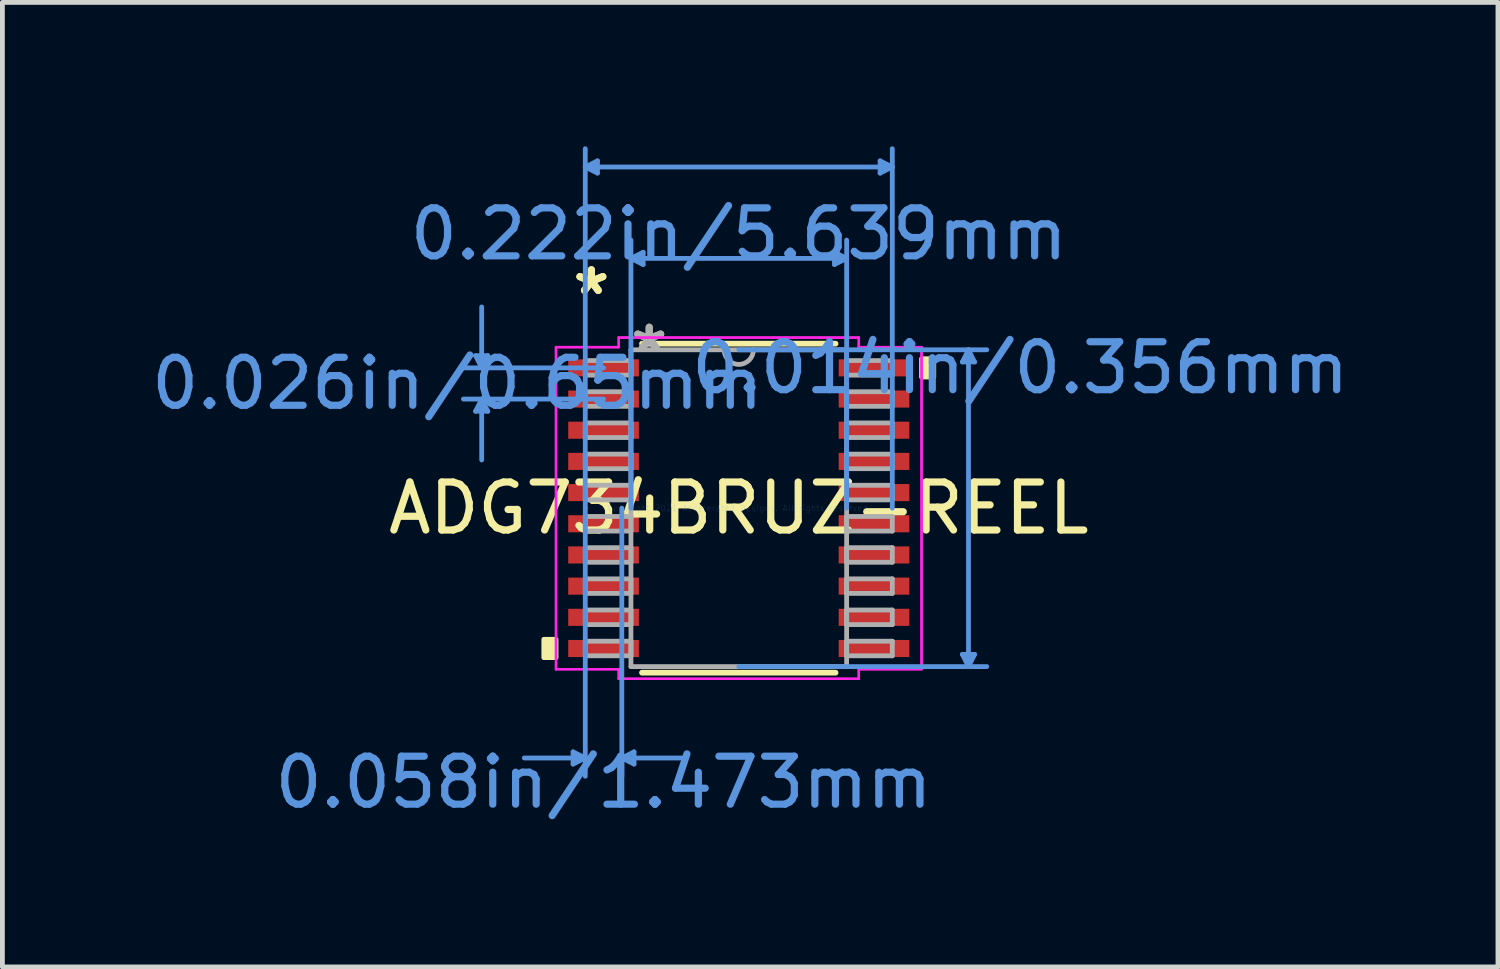
<source format=kicad_pcb>
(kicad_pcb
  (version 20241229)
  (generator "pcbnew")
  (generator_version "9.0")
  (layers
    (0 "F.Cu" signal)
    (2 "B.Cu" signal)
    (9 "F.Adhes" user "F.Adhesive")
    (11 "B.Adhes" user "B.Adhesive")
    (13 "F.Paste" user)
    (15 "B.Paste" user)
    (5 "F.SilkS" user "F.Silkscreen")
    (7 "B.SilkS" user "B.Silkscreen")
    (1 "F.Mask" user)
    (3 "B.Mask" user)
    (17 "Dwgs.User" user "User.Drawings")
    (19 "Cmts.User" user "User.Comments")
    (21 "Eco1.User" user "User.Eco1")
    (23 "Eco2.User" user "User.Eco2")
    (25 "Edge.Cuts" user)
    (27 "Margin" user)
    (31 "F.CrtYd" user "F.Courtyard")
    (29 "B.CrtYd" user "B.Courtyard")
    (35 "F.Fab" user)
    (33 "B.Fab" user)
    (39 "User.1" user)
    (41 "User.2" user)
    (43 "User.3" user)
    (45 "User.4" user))
  (footprint "ADG734BRUZ-REEL"
    (layer "F.Cu")
    (at 12.35 7.543)
    (property "Reference" "ADG734BRUZ-REEL" (at 0 0 0) (layer "F.SilkS") (effects (font (size 1 1) (thickness 0.15))))
    (attr through_hole)
    (fp_line (start -2.017 3.429) (end 2.017 3.429) (stroke (width 0.12) (type solid)) (layer "F.SilkS"))
    (fp_line (start 2.017 -3.429) (end -2.017 -3.429) (stroke (width 0.12) (type solid)) (layer "F.SilkS"))
    (fp_poly (pts (xy -4.064 2.734) (xy -4.064 3.115) (xy -3.81 3.115) (xy -3.81 2.734)) (stroke (width 0.1) (type solid)) (fill yes) (layer "F.SilkS"))
    (fp_poly (pts (xy 4.064 -3.115) (xy 4.064 -2.734) (xy 3.81 -2.734) (xy 3.81 -3.115)) (stroke (width 0.1) (type solid)) (fill yes) (layer "F.SilkS"))
    (fp_line (start -5.486 -3.179) (end -5.232 -3.179) (stroke (width 0.1) (type solid)) (layer "Cmts.User"))
    (fp_line (start -5.486 -2.021) (end -5.232 -2.021) (stroke (width 0.1) (type solid)) (layer "Cmts.User"))
    (fp_line (start -5.359 -2.925) (end -5.486 -3.179) (stroke (width 0.1) (type solid)) (layer "Cmts.User"))
    (fp_line (start -5.359 -2.925) (end -5.359 -4.195) (stroke (width 0.1) (type solid)) (layer "Cmts.User"))
    (fp_line (start -5.359 -2.925) (end -5.232 -3.179) (stroke (width 0.1) (type solid)) (layer "Cmts.User"))
    (fp_line (start -5.359 -2.275) (end -5.486 -2.021) (stroke (width 0.1) (type solid)) (layer "Cmts.User"))
    (fp_line (start -5.359 -2.275) (end -5.359 -1.005) (stroke (width 0.1) (type solid)) (layer "Cmts.User"))
    (fp_line (start -5.359 -2.275) (end -5.232 -2.021) (stroke (width 0.1) (type solid)) (layer "Cmts.User"))
    (fp_line (start -3.454 5.08) (end -3.454 5.334) (stroke (width 0.1) (type solid)) (layer "Cmts.User"))
    (fp_line (start -3.2 -7.112) (end -2.946 -7.239) (stroke (width 0.1) (type solid)) (layer "Cmts.User"))
    (fp_line (start -3.2 -7.112) (end -2.946 -6.985) (stroke (width 0.1) (type solid)) (layer "Cmts.User"))
    (fp_line (start -3.2 -7.112) (end 3.2 -7.112) (stroke (width 0.1) (type solid)) (layer "Cmts.User"))
    (fp_line (start -3.2 0) (end -3.2 -7.493) (stroke (width 0.1) (type solid)) (layer "Cmts.User"))
    (fp_line (start -3.2 0) (end -3.2 5.588) (stroke (width 0.1) (type solid)) (layer "Cmts.User"))
    (fp_line (start -3.2 5.207) (end -4.47 5.207) (stroke (width 0.1) (type solid)) (layer "Cmts.User"))
    (fp_line (start -3.2 5.207) (end -3.454 5.08) (stroke (width 0.1) (type solid)) (layer "Cmts.User"))
    (fp_line (start -3.2 5.207) (end -3.454 5.334) (stroke (width 0.1) (type solid)) (layer "Cmts.User"))
    (fp_line (start -2.946 -7.239) (end -2.946 -6.985) (stroke (width 0.1) (type solid)) (layer "Cmts.User"))
    (fp_line (start -2.819 -2.925) (end -5.74 -2.925) (stroke (width 0.1) (type solid)) (layer "Cmts.User"))
    (fp_line (start -2.819 -2.275) (end -5.74 -2.275) (stroke (width 0.1) (type solid)) (layer "Cmts.User"))
    (fp_line (start -2.438 0) (end -2.438 5.588) (stroke (width 0.1) (type solid)) (layer "Cmts.User"))
    (fp_line (start -2.438 5.207) (end -2.184 5.08) (stroke (width 0.1) (type solid)) (layer "Cmts.User"))
    (fp_line (start -2.438 5.207) (end -2.184 5.334) (stroke (width 0.1) (type solid)) (layer "Cmts.User"))
    (fp_line (start -2.438 5.207) (end -1.168 5.207) (stroke (width 0.1) (type solid)) (layer "Cmts.User"))
    (fp_line (start -2.248 -5.207) (end -1.994 -5.334) (stroke (width 0.1) (type solid)) (layer "Cmts.User"))
    (fp_line (start -2.248 -5.207) (end -1.994 -5.08) (stroke (width 0.1) (type solid)) (layer "Cmts.User"))
    (fp_line (start -2.248 -5.207) (end 2.248 -5.207) (stroke (width 0.1) (type solid)) (layer "Cmts.User"))
    (fp_line (start -2.248 0) (end -2.248 -5.588) (stroke (width 0.1) (type solid)) (layer "Cmts.User"))
    (fp_line (start -2.184 5.08) (end -2.184 5.334) (stroke (width 0.1) (type solid)) (layer "Cmts.User"))
    (fp_line (start -1.994 -5.334) (end -1.994 -5.08) (stroke (width 0.1) (type solid)) (layer "Cmts.User"))
    (fp_line (start 0 -3.302) (end 5.169 -3.302) (stroke (width 0.1) (type solid)) (layer "Cmts.User"))
    (fp_line (start 0 3.302) (end 5.169 3.302) (stroke (width 0.1) (type solid)) (layer "Cmts.User"))
    (fp_line (start 1.994 -5.334) (end 1.994 -5.08) (stroke (width 0.1) (type solid)) (layer "Cmts.User"))
    (fp_line (start 2.248 -5.207) (end 1.994 -5.334) (stroke (width 0.1) (type solid)) (layer "Cmts.User"))
    (fp_line (start 2.248 -5.207) (end 1.994 -5.08) (stroke (width 0.1) (type solid)) (layer "Cmts.User"))
    (fp_line (start 2.248 0) (end 2.248 -5.588) (stroke (width 0.1) (type solid)) (layer "Cmts.User"))
    (fp_line (start 2.946 -7.239) (end 2.946 -6.985) (stroke (width 0.1) (type solid)) (layer "Cmts.User"))
    (fp_line (start 3.2 -7.112) (end 2.946 -7.239) (stroke (width 0.1) (type solid)) (layer "Cmts.User"))
    (fp_line (start 3.2 -7.112) (end 2.946 -6.985) (stroke (width 0.1) (type solid)) (layer "Cmts.User"))
    (fp_line (start 3.2 0) (end 3.2 -7.493) (stroke (width 0.1) (type solid)) (layer "Cmts.User"))
    (fp_line (start 4.661 -3.048) (end 4.915 -3.048) (stroke (width 0.1) (type solid)) (layer "Cmts.User"))
    (fp_line (start 4.661 3.048) (end 4.915 3.048) (stroke (width 0.1) (type solid)) (layer "Cmts.User"))
    (fp_line (start 4.788 -3.302) (end 4.661 -3.048) (stroke (width 0.1) (type solid)) (layer "Cmts.User"))
    (fp_line (start 4.788 -3.302) (end 4.788 3.302) (stroke (width 0.1) (type solid)) (layer "Cmts.User"))
    (fp_line (start 4.788 -3.302) (end 4.915 -3.048) (stroke (width 0.1) (type solid)) (layer "Cmts.User"))
    (fp_line (start 4.788 3.302) (end 4.661 3.048) (stroke (width 0.1) (type solid)) (layer "Cmts.User"))
    (fp_line (start 4.788 3.302) (end 4.915 3.048) (stroke (width 0.1) (type solid)) (layer "Cmts.User"))
    (fp_line (start -3.81 -3.357) (end -2.502 -3.357) (stroke (width 0.05) (type solid)) (layer "F.CrtYd"))
    (fp_line (start -3.81 -3.357) (end -2.502 -3.357) (stroke (width 0.05) (type solid)) (layer "F.CrtYd"))
    (fp_line (start -3.81 3.357) (end -3.81 -3.357) (stroke (width 0.05) (type solid)) (layer "F.CrtYd"))
    (fp_line (start -3.81 3.357) (end -3.81 -3.357) (stroke (width 0.05) (type solid)) (layer "F.CrtYd"))
    (fp_line (start -3.81 3.357) (end -2.502 3.357) (stroke (width 0.05) (type solid)) (layer "F.CrtYd"))
    (fp_line (start -2.502 -3.556) (end 2.502 -3.556) (stroke (width 0.05) (type solid)) (layer "F.CrtYd"))
    (fp_line (start -2.502 -3.556) (end 2.502 -3.556) (stroke (width 0.05) (type solid)) (layer "F.CrtYd"))
    (fp_line (start -2.502 -3.357) (end -2.502 -3.556) (stroke (width 0.05) (type solid)) (layer "F.CrtYd"))
    (fp_line (start -2.502 -3.357) (end -2.502 -3.556) (stroke (width 0.05) (type solid)) (layer "F.CrtYd"))
    (fp_line (start -2.502 3.357) (end -3.81 3.357) (stroke (width 0.05) (type solid)) (layer "F.CrtYd"))
    (fp_line (start -2.502 3.556) (end -2.502 3.357) (stroke (width 0.05) (type solid)) (layer "F.CrtYd"))
    (fp_line (start -2.502 3.556) (end -2.502 3.357) (stroke (width 0.05) (type solid)) (layer "F.CrtYd"))
    (fp_line (start 2.502 -3.556) (end 2.502 -3.357) (stroke (width 0.05) (type solid)) (layer "F.CrtYd"))
    (fp_line (start 2.502 -3.556) (end 2.502 -3.357) (stroke (width 0.05) (type solid)) (layer "F.CrtYd"))
    (fp_line (start 2.502 -3.357) (end 3.81 -3.357) (stroke (width 0.05) (type solid)) (layer "F.CrtYd"))
    (fp_line (start 2.502 3.357) (end 2.502 3.556) (stroke (width 0.05) (type solid)) (layer "F.CrtYd"))
    (fp_line (start 2.502 3.357) (end 2.502 3.556) (stroke (width 0.05) (type solid)) (layer "F.CrtYd"))
    (fp_line (start 2.502 3.556) (end -2.502 3.556) (stroke (width 0.05) (type solid)) (layer "F.CrtYd"))
    (fp_line (start 2.502 3.556) (end -2.502 3.556) (stroke (width 0.05) (type solid)) (layer "F.CrtYd"))
    (fp_line (start 3.81 -3.357) (end 2.502 -3.357) (stroke (width 0.05) (type solid)) (layer "F.CrtYd"))
    (fp_line (start 3.81 -3.357) (end 3.81 3.357) (stroke (width 0.05) (type solid)) (layer "F.CrtYd"))
    (fp_line (start 3.81 -3.357) (end 3.81 3.357) (stroke (width 0.05) (type solid)) (layer "F.CrtYd"))
    (fp_line (start 3.81 3.357) (end 2.502 3.357) (stroke (width 0.05) (type solid)) (layer "F.CrtYd"))
    (fp_line (start 3.81 3.357) (end 2.502 3.357) (stroke (width 0.05) (type solid)) (layer "F.CrtYd"))
    (fp_line (start -3.2 -3.077) (end -3.2 -2.773) (stroke (width 0.1) (type solid)) (layer "F.Fab"))
    (fp_line (start -3.2 -2.773) (end -2.248 -2.773) (stroke (width 0.1) (type solid)) (layer "F.Fab"))
    (fp_line (start -3.2 -2.427) (end -3.2 -2.123) (stroke (width 0.1) (type solid)) (layer "F.Fab"))
    (fp_line (start -3.2 -2.123) (end -2.248 -2.123) (stroke (width 0.1) (type solid)) (layer "F.Fab"))
    (fp_line (start -3.2 -1.777) (end -3.2 -1.473) (stroke (width 0.1) (type solid)) (layer "F.Fab"))
    (fp_line (start -3.2 -1.473) (end -2.248 -1.473) (stroke (width 0.1) (type solid)) (layer "F.Fab"))
    (fp_line (start -3.2 -1.127) (end -3.2 -0.823) (stroke (width 0.1) (type solid)) (layer "F.Fab"))
    (fp_line (start -3.2 -0.823) (end -2.248 -0.823) (stroke (width 0.1) (type solid)) (layer "F.Fab"))
    (fp_line (start -3.2 -0.477) (end -3.2 -0.173) (stroke (width 0.1) (type solid)) (layer "F.Fab"))
    (fp_line (start -3.2 -0.173) (end -2.248 -0.173) (stroke (width 0.1) (type solid)) (layer "F.Fab"))
    (fp_line (start -3.2 0.173) (end -3.2 0.477) (stroke (width 0.1) (type solid)) (layer "F.Fab"))
    (fp_line (start -3.2 0.477) (end -2.248 0.477) (stroke (width 0.1) (type solid)) (layer "F.Fab"))
    (fp_line (start -3.2 0.823) (end -3.2 1.127) (stroke (width 0.1) (type solid)) (layer "F.Fab"))
    (fp_line (start -3.2 1.127) (end -2.248 1.127) (stroke (width 0.1) (type solid)) (layer "F.Fab"))
    (fp_line (start -3.2 1.473) (end -3.2 1.777) (stroke (width 0.1) (type solid)) (layer "F.Fab"))
    (fp_line (start -3.2 1.777) (end -2.248 1.777) (stroke (width 0.1) (type solid)) (layer "F.Fab"))
    (fp_line (start -3.2 2.123) (end -3.2 2.427) (stroke (width 0.1) (type solid)) (layer "F.Fab"))
    (fp_line (start -3.2 2.427) (end -2.248 2.427) (stroke (width 0.1) (type solid)) (layer "F.Fab"))
    (fp_line (start -3.2 2.773) (end -3.2 3.077) (stroke (width 0.1) (type solid)) (layer "F.Fab"))
    (fp_line (start -3.2 3.077) (end -2.248 3.077) (stroke (width 0.1) (type solid)) (layer "F.Fab"))
    (fp_line (start -2.248 -3.302) (end -2.248 3.302) (stroke (width 0.1) (type solid)) (layer "F.Fab"))
    (fp_line (start -2.248 -3.077) (end -3.2 -3.077) (stroke (width 0.1) (type solid)) (layer "F.Fab"))
    (fp_line (start -2.248 -2.773) (end -2.248 -3.077) (stroke (width 0.1) (type solid)) (layer "F.Fab"))
    (fp_line (start -2.248 -2.427) (end -3.2 -2.427) (stroke (width 0.1) (type solid)) (layer "F.Fab"))
    (fp_line (start -2.248 -2.123) (end -2.248 -2.427) (stroke (width 0.1) (type solid)) (layer "F.Fab"))
    (fp_line (start -2.248 -1.777) (end -3.2 -1.777) (stroke (width 0.1) (type solid)) (layer "F.Fab"))
    (fp_line (start -2.248 -1.473) (end -2.248 -1.777) (stroke (width 0.1) (type solid)) (layer "F.Fab"))
    (fp_line (start -2.248 -1.127) (end -3.2 -1.127) (stroke (width 0.1) (type solid)) (layer "F.Fab"))
    (fp_line (start -2.248 -0.823) (end -2.248 -1.127) (stroke (width 0.1) (type solid)) (layer "F.Fab"))
    (fp_line (start -2.248 -0.477) (end -3.2 -0.477) (stroke (width 0.1) (type solid)) (layer "F.Fab"))
    (fp_line (start -2.248 -0.173) (end -2.248 -0.477) (stroke (width 0.1) (type solid)) (layer "F.Fab"))
    (fp_line (start -2.248 0.173) (end -3.2 0.173) (stroke (width 0.1) (type solid)) (layer "F.Fab"))
    (fp_line (start -2.248 0.477) (end -2.248 0.173) (stroke (width 0.1) (type solid)) (layer "F.Fab"))
    (fp_line (start -2.248 0.823) (end -3.2 0.823) (stroke (width 0.1) (type solid)) (layer "F.Fab"))
    (fp_line (start -2.248 1.127) (end -2.248 0.823) (stroke (width 0.1) (type solid)) (layer "F.Fab"))
    (fp_line (start -2.248 1.473) (end -3.2 1.473) (stroke (width 0.1) (type solid)) (layer "F.Fab"))
    (fp_line (start -2.248 1.777) (end -2.248 1.473) (stroke (width 0.1) (type solid)) (layer "F.Fab"))
    (fp_line (start -2.248 2.123) (end -3.2 2.123) (stroke (width 0.1) (type solid)) (layer "F.Fab"))
    (fp_line (start -2.248 2.427) (end -2.248 2.123) (stroke (width 0.1) (type solid)) (layer "F.Fab"))
    (fp_line (start -2.248 2.773) (end -3.2 2.773) (stroke (width 0.1) (type solid)) (layer "F.Fab"))
    (fp_line (start -2.248 3.077) (end -2.248 2.773) (stroke (width 0.1) (type solid)) (layer "F.Fab"))
    (fp_line (start -2.248 3.302) (end 2.248 3.302) (stroke (width 0.1) (type solid)) (layer "F.Fab"))
    (fp_line (start 2.248 -3.302) (end -2.248 -3.302) (stroke (width 0.1) (type solid)) (layer "F.Fab"))
    (fp_line (start 2.248 -3.077) (end 2.248 -2.773) (stroke (width 0.1) (type solid)) (layer "F.Fab"))
    (fp_line (start 2.248 -2.773) (end 3.2 -2.773) (stroke (width 0.1) (type solid)) (layer "F.Fab"))
    (fp_line (start 2.248 -2.427) (end 2.248 -2.123) (stroke (width 0.1) (type solid)) (layer "F.Fab"))
    (fp_line (start 2.248 -2.123) (end 3.2 -2.123) (stroke (width 0.1) (type solid)) (layer "F.Fab"))
    (fp_line (start 2.248 -1.777) (end 2.248 -1.473) (stroke (width 0.1) (type solid)) (layer "F.Fab"))
    (fp_line (start 2.248 -1.473) (end 3.2 -1.473) (stroke (width 0.1) (type solid)) (layer "F.Fab"))
    (fp_line (start 2.248 -1.127) (end 2.248 -0.823) (stroke (width 0.1) (type solid)) (layer "F.Fab"))
    (fp_line (start 2.248 -0.823) (end 3.2 -0.823) (stroke (width 0.1) (type solid)) (layer "F.Fab"))
    (fp_line (start 2.248 -0.477) (end 2.248 -0.173) (stroke (width 0.1) (type solid)) (layer "F.Fab"))
    (fp_line (start 2.248 -0.173) (end 3.2 -0.173) (stroke (width 0.1) (type solid)) (layer "F.Fab"))
    (fp_line (start 2.248 0.173) (end 2.248 0.477) (stroke (width 0.1) (type solid)) (layer "F.Fab"))
    (fp_line (start 2.248 0.477) (end 3.2 0.477) (stroke (width 0.1) (type solid)) (layer "F.Fab"))
    (fp_line (start 2.248 0.823) (end 2.248 1.127) (stroke (width 0.1) (type solid)) (layer "F.Fab"))
    (fp_line (start 2.248 1.127) (end 3.2 1.127) (stroke (width 0.1) (type solid)) (layer "F.Fab"))
    (fp_line (start 2.248 1.473) (end 2.248 1.777) (stroke (width 0.1) (type solid)) (layer "F.Fab"))
    (fp_line (start 2.248 1.777) (end 3.2 1.777) (stroke (width 0.1) (type solid)) (layer "F.Fab"))
    (fp_line (start 2.248 2.123) (end 2.248 2.427) (stroke (width 0.1) (type solid)) (layer "F.Fab"))
    (fp_line (start 2.248 2.427) (end 3.2 2.427) (stroke (width 0.1) (type solid)) (layer "F.Fab"))
    (fp_line (start 2.248 2.773) (end 2.248 3.077) (stroke (width 0.1) (type solid)) (layer "F.Fab"))
    (fp_line (start 2.248 3.077) (end 3.2 3.077) (stroke (width 0.1) (type solid)) (layer "F.Fab"))
    (fp_line (start 2.248 3.302) (end 2.248 -3.302) (stroke (width 0.1) (type solid)) (layer "F.Fab"))
    (fp_line (start 3.2 -3.077) (end 2.248 -3.077) (stroke (width 0.1) (type solid)) (layer "F.Fab"))
    (fp_line (start 3.2 -2.773) (end 3.2 -3.077) (stroke (width 0.1) (type solid)) (layer "F.Fab"))
    (fp_line (start 3.2 -2.427) (end 2.248 -2.427) (stroke (width 0.1) (type solid)) (layer "F.Fab"))
    (fp_line (start 3.2 -2.123) (end 3.2 -2.427) (stroke (width 0.1) (type solid)) (layer "F.Fab"))
    (fp_line (start 3.2 -1.777) (end 2.248 -1.777) (stroke (width 0.1) (type solid)) (layer "F.Fab"))
    (fp_line (start 3.2 -1.473) (end 3.2 -1.777) (stroke (width 0.1) (type solid)) (layer "F.Fab"))
    (fp_line (start 3.2 -1.127) (end 2.248 -1.127) (stroke (width 0.1) (type solid)) (layer "F.Fab"))
    (fp_line (start 3.2 -0.823) (end 3.2 -1.127) (stroke (width 0.1) (type solid)) (layer "F.Fab"))
    (fp_line (start 3.2 -0.477) (end 2.248 -0.477) (stroke (width 0.1) (type solid)) (layer "F.Fab"))
    (fp_line (start 3.2 -0.173) (end 3.2 -0.477) (stroke (width 0.1) (type solid)) (layer "F.Fab"))
    (fp_line (start 3.2 0.173) (end 2.248 0.173) (stroke (width 0.1) (type solid)) (layer "F.Fab"))
    (fp_line (start 3.2 0.477) (end 3.2 0.173) (stroke (width 0.1) (type solid)) (layer "F.Fab"))
    (fp_line (start 3.2 0.823) (end 2.248 0.823) (stroke (width 0.1) (type solid)) (layer "F.Fab"))
    (fp_line (start 3.2 1.127) (end 3.2 0.823) (stroke (width 0.1) (type solid)) (layer "F.Fab"))
    (fp_line (start 3.2 1.473) (end 2.248 1.473) (stroke (width 0.1) (type solid)) (layer "F.Fab"))
    (fp_line (start 3.2 1.777) (end 3.2 1.473) (stroke (width 0.1) (type solid)) (layer "F.Fab"))
    (fp_line (start 3.2 2.123) (end 2.248 2.123) (stroke (width 0.1) (type solid)) (layer "F.Fab"))
    (fp_line (start 3.2 2.427) (end 3.2 2.123) (stroke (width 0.1) (type solid)) (layer "F.Fab"))
    (fp_line (start 3.2 2.773) (end 2.248 2.773) (stroke (width 0.1) (type solid)) (layer "F.Fab"))
    (fp_line (start 3.2 3.077) (end 3.2 2.773) (stroke (width 0.1) (type solid)) (layer "F.Fab"))
    (fp_arc (start 0.3048 -3.302) (mid 0 -2.9972) (end -0.3048 -3.302) (stroke (width 0.1) (type solid)) (layer "F.Fab"))
    (fp_text user "*" (at -3.073 -4.424 0) (layer "F.SilkS") (effects (font (size 1 1) (thickness 0.15))))
    (fp_text user "*" (at -3.073 -4.424 0) (layer "F.SilkS") (effects (font (size 1 1) (thickness 0.15))))
    (fp_text user "0.026in/0.65mm" (at -5.867 -2.6 0) (layer "Cmts.User") (effects (font (size 1 1) (thickness 0.15))))
    (fp_text user "0.014in/0.356mm" (at 5.867 -2.925 0) (layer "Cmts.User") (effects (font (size 1 1) (thickness 0.15))))
    (fp_text user "0.058in/1.473mm" (at -2.819 5.715 0) (layer "Cmts.User") (effects (font (size 1 1) (thickness 0.15))))
    (fp_text user "Copyright 2021 Accelerated Designs. All rights reserved." (at 0 0 0) (layer "Cmts.User") (effects (font (size 0.127 0.127) (thickness 0.002))))
    (fp_text user "0.222in/5.639mm" (at 0 -5.715 0) (layer "Cmts.User") (effects (font (size 1 1) (thickness 0.15))))
    (fp_text user "*" (at -1.867 -3.226 0) (layer "F.Fab") (effects (font (size 1 1) (thickness 0.15))))
    (fp_text user "*" (at -1.867 -3.226 0) (layer "F.Fab") (effects (font (size 1 1) (thickness 0.15))))
    (pad "1" smd rect (at -2.819 -2.925) (size 1.473 0.356) (layers "F.Cu" "F.Mask" "F.Paste"))
    (pad "2" smd rect (at -2.819 -2.275) (size 1.473 0.356) (layers "F.Cu" "F.Mask" "F.Paste"))
    (pad "3" smd rect (at -2.819 -1.625) (size 1.473 0.356) (layers "F.Cu" "F.Mask" "F.Paste"))
    (pad "4" smd rect (at -2.819 -0.975) (size 1.473 0.356) (layers "F.Cu" "F.Mask" "F.Paste"))
    (pad "5" smd rect (at -2.819 -0.325) (size 1.473 0.356) (layers "F.Cu" "F.Mask" "F.Paste"))
    (pad "6" smd rect (at -2.819 0.325) (size 1.473 0.356) (layers "F.Cu" "F.Mask" "F.Paste"))
    (pad "7" smd rect (at -2.819 0.975) (size 1.473 0.356) (layers "F.Cu" "F.Mask" "F.Paste"))
    (pad "8" smd rect (at -2.819 1.625) (size 1.473 0.356) (layers "F.Cu" "F.Mask" "F.Paste"))
    (pad "9" smd rect (at -2.819 2.275) (size 1.473 0.356) (layers "F.Cu" "F.Mask" "F.Paste"))
    (pad "10" smd rect (at -2.819 2.925) (size 1.473 0.356) (layers "F.Cu" "F.Mask" "F.Paste"))
    (pad "11" smd rect (at 2.819 2.925) (size 1.473 0.356) (layers "F.Cu" "F.Mask" "F.Paste"))
    (pad "12" smd rect (at 2.819 2.275) (size 1.473 0.356) (layers "F.Cu" "F.Mask" "F.Paste"))
    (pad "13" smd rect (at 2.819 1.625) (size 1.473 0.356) (layers "F.Cu" "F.Mask" "F.Paste"))
    (pad "14" smd rect (at 2.819 0.975) (size 1.473 0.356) (layers "F.Cu" "F.Mask" "F.Paste"))
    (pad "15" smd rect (at 2.819 0.325) (size 1.473 0.356) (layers "F.Cu" "F.Mask" "F.Paste"))
    (pad "16" smd rect (at 2.819 -0.325) (size 1.473 0.356) (layers "F.Cu" "F.Mask" "F.Paste"))
    (pad "17" smd rect (at 2.819 -0.975) (size 1.473 0.356) (layers "F.Cu" "F.Mask" "F.Paste"))
    (pad "18" smd rect (at 2.819 -1.625) (size 1.473 0.356) (layers "F.Cu" "F.Mask" "F.Paste"))
    (pad "19" smd rect (at 2.819 -2.275) (size 1.473 0.356) (layers "F.Cu" "F.Mask" "F.Paste"))
    (pad "20" smd rect (at 2.819 -2.925) (size 1.473 0.356) (layers "F.Cu" "F.Mask" "F.Paste")))
  (gr_rect
    (start -3 -3)
    (end 28.175 17.106)
    (stroke (width 0.1) (type default))
    (fill no)
    (layer "Edge.Cuts")))
</source>
